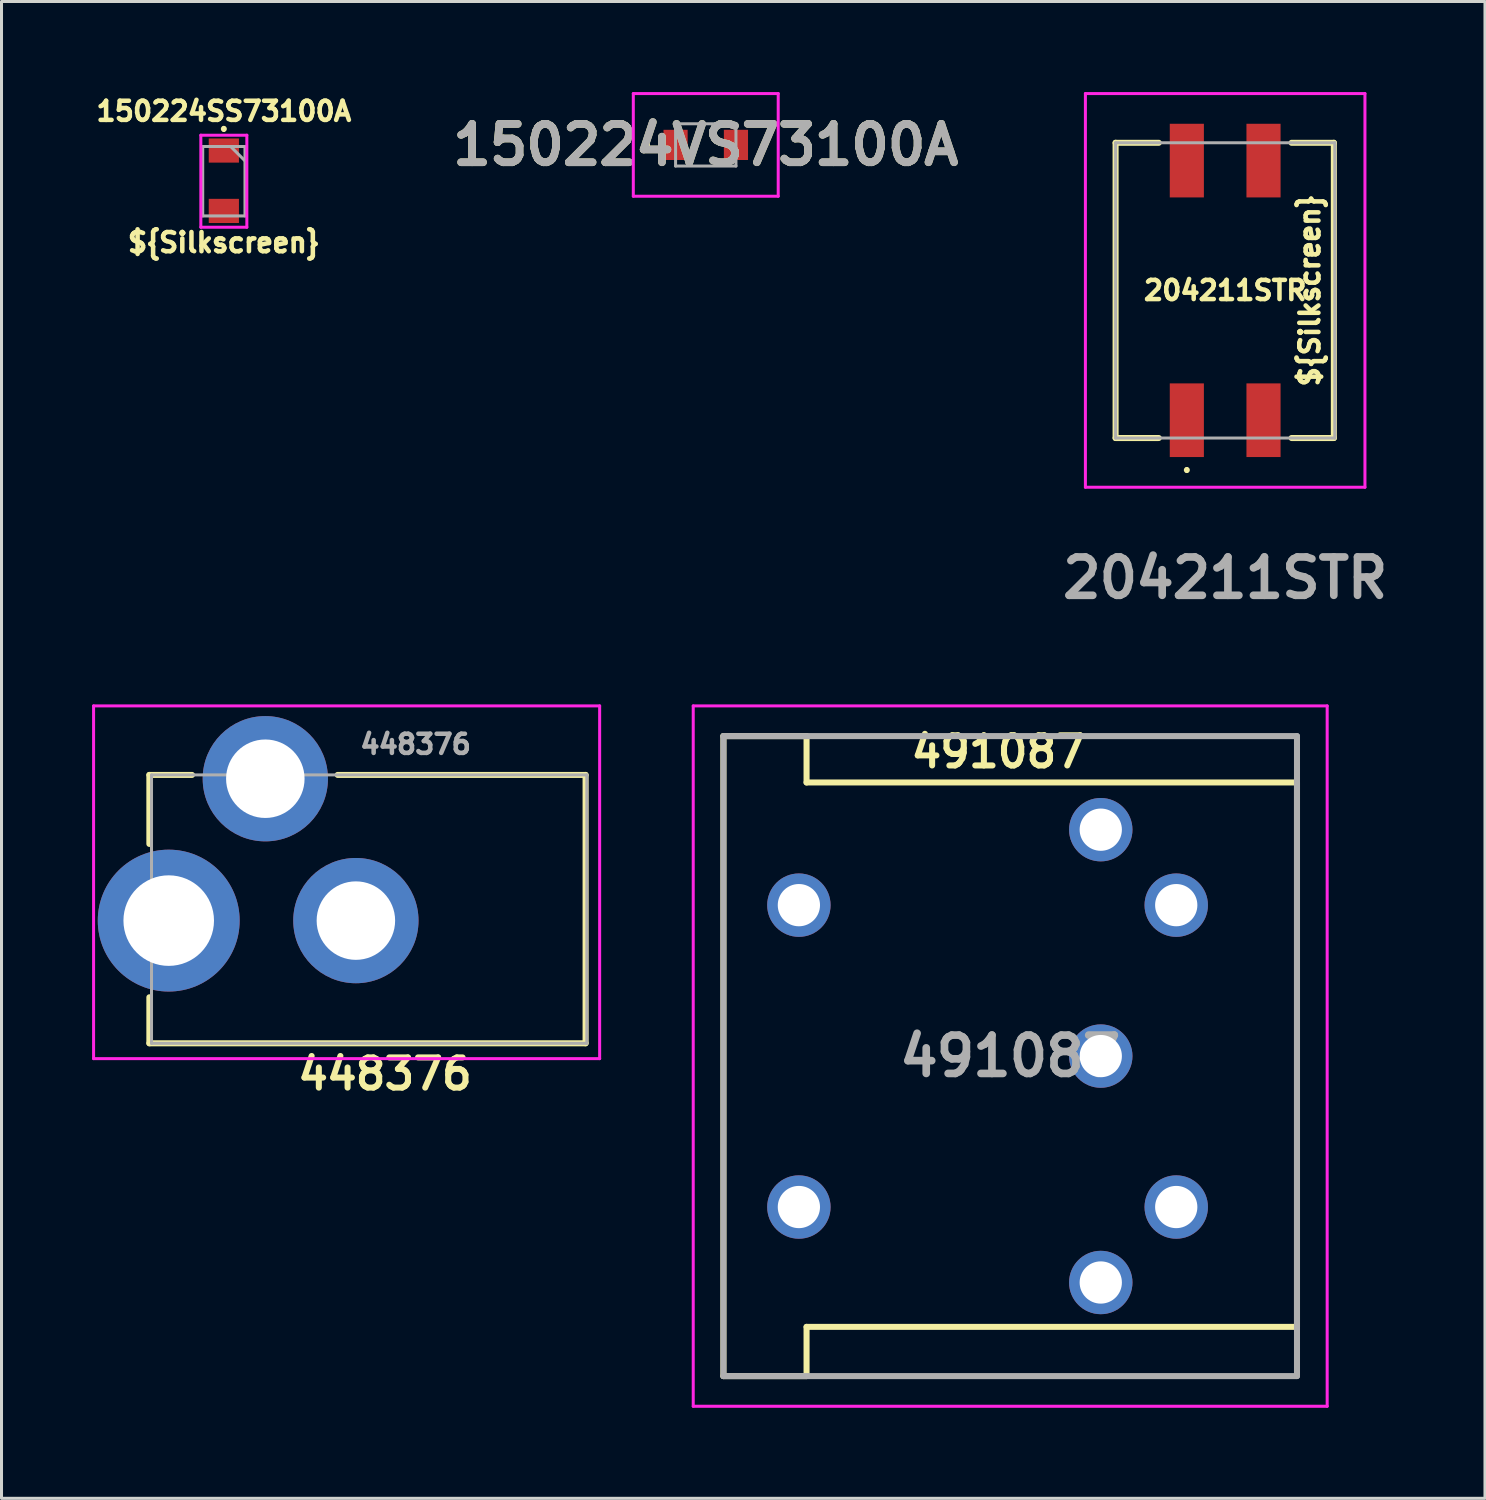
<source format=kicad_pcb>
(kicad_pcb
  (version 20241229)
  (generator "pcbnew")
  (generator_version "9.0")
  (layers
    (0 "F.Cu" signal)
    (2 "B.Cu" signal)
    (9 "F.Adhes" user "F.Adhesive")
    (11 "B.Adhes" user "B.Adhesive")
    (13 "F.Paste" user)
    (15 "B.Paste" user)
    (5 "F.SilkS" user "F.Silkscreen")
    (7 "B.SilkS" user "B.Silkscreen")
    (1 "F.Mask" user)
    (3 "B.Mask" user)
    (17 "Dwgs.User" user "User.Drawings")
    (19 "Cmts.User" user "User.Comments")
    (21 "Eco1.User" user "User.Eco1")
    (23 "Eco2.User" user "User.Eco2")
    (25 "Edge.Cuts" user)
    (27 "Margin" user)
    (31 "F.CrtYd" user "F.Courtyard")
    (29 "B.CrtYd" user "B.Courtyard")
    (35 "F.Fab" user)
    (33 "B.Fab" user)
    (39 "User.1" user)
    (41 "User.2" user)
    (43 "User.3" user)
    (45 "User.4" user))
  (footprint "491087"
    (layer "F.Cu")
    (at 23.414 26.934)
    (property "Reference" "491087" (at 6.604 -5.08 0) (layer "F.SilkS") (effects (font (size 1 1) (thickness 0.2))))
    (attr through_hole)
    (fp_line (start -2.5 -5.6) (end -2.5 15.6) (stroke (width 0.2) (type solid)) (layer "F.SilkS"))
    (fp_line (start -2.5 15.6) (end 0.254 15.6) (stroke (width 0.2) (type solid)) (layer "F.SilkS"))
    (fp_line (start 0.254 -5.6) (end -2.5 -5.6) (stroke (width 0.2) (type solid)) (layer "F.SilkS"))
    (fp_line (start 0.254 -5.6) (end 0.254 -4.064) (stroke (width 0.2) (type solid)) (layer "F.SilkS"))
    (fp_line (start 0.254 13.97) (end 0.254 15.6) (stroke (width 0.2) (type solid)) (layer "F.SilkS"))
    (fp_line (start 0.254 13.97) (end 16.5 13.97) (stroke (width 0.2) (type solid)) (layer "F.SilkS"))
    (fp_line (start 16.5 -4.064) (end 0.254 -4.064) (stroke (width 0.2) (type solid)) (layer "F.SilkS"))
    (fp_line (start 16.5 13.97) (end 16.5 -4.064) (stroke (width 0.2) (type solid)) (layer "F.SilkS"))
    (fp_line (start -3.5 -6.6) (end -3.5 16.6) (stroke (width 0.1) (type solid)) (layer "F.CrtYd"))
    (fp_line (start -3.5 16.6) (end 17.5 16.6) (stroke (width 0.1) (type solid)) (layer "F.CrtYd"))
    (fp_line (start 17.5 -6.6) (end -3.5 -6.6) (stroke (width 0.1) (type solid)) (layer "F.CrtYd"))
    (fp_line (start 17.5 16.6) (end 17.5 -6.6) (stroke (width 0.1) (type solid)) (layer "F.CrtYd"))
    (fp_line (start -2.5 -5.6) (end -2.5 15.6) (stroke (width 0.2) (type solid)) (layer "F.Fab"))
    (fp_line (start -2.5 15.6) (end 16.5 15.6) (stroke (width 0.2) (type solid)) (layer "F.Fab"))
    (fp_line (start 16.5 -5.6) (end -2.5 -5.6) (stroke (width 0.2) (type solid)) (layer "F.Fab"))
    (fp_line (start 16.5 15.6) (end 16.5 -5.6) (stroke (width 0.2) (type solid)) (layer "F.Fab"))
    (fp_text user "${REFERENCE}" (at 7 5 0) (layer "F.Fab") (effects (font (size 1.27 1.27) (thickness 0.254))))
    (pad "1" thru_hole circle (at 10 12.5) (size 2.1 2.1) (drill 1.4) (layers "*.Cu" "*.Mask"))
    (pad "2" thru_hole circle (at 10 5) (size 2.1 2.1) (drill 1.4) (layers "*.Cu" "*.Mask"))
    (pad "3" thru_hole circle (at 10 -2.5) (size 2.1 2.1) (drill 1.4) (layers "*.Cu" "*.Mask"))
    (pad "4" thru_hole circle (at 12.5 10) (size 2.1 2.1) (drill 1.4) (layers "*.Cu" "*.Mask"))
    (pad "5" thru_hole circle (at 12.5 0) (size 2.1 2.1) (drill 1.4) (layers "*.Cu" "*.Mask"))
    (pad "6" thru_hole circle (at 0 10) (size 2.1 2.1) (drill 1.4) (layers "*.Cu" "*.Mask"))
    (pad "7" thru_hole circle (at 0 0) (size 2.1 2.1) (drill 1.4) (layers "*.Cu" "*.Mask")))
  (footprint "448376"
    (layer "F.Cu")
    (at 13.766 27.446)
    (property "Reference" "448376" (at -4.064 5.08 0) (layer "F.SilkS") (effects (font (size 1 1) (thickness 0.2))))
    (attr through_hole)
    (fp_line (start -11.868 -4.826) (end -11.868 -2.54) (stroke (width 0.2) (type solid)) (layer "F.SilkS"))
    (fp_line (start -11.868 2.54) (end -11.868 4.064) (stroke (width 0.2) (type solid)) (layer "F.SilkS"))
    (fp_line (start -10.456 -4.826) (end -11.868 -4.826) (stroke (width 0.2) (type solid)) (layer "F.SilkS"))
    (fp_line (start -5.63 -4.826) (end 2.582 -4.826) (stroke (width 0.2) (type solid)) (layer "F.SilkS"))
    (fp_line (start 2.582 -4.826) (end 2.582 4.064) (stroke (width 0.2) (type solid)) (layer "F.SilkS"))
    (fp_line (start 2.582 4.064) (end -11.868 4.064) (stroke (width 0.2) (type solid)) (layer "F.SilkS"))
    (fp_line (start -13.716 -7.112) (end -13.716 4.572) (stroke (width 0.1) (type solid)) (layer "F.CrtYd"))
    (fp_line (start -13.716 4.572) (end 3.048 4.572) (stroke (width 0.1) (type solid)) (layer "F.CrtYd"))
    (fp_line (start 3.048 -7.112) (end -13.716 -7.112) (stroke (width 0.1) (type solid)) (layer "F.CrtYd"))
    (fp_line (start 3.048 4.572) (end 3.048 -7.112) (stroke (width 0.1) (type solid)) (layer "F.CrtYd"))
    (fp_line (start -11.797 -4.826) (end -11.797 4.064) (stroke (width 0.1) (type solid)) (layer "F.Fab"))
    (fp_line (start -11.797 4.064) (end 2.623 4.064) (stroke (width 0.1) (type solid)) (layer "F.Fab"))
    (fp_line (start 2.623 -4.826) (end -11.797 -4.826) (stroke (width 0.1) (type solid)) (layer "F.Fab"))
    (fp_line (start 2.623 4.064) (end 2.623 -4.826) (stroke (width 0.1) (type solid)) (layer "F.Fab"))
    (fp_text user "${REFERENCE}" (at -3.048 -5.842 0) (layer "F.Fab") (effects (font (size 0.635 0.635) (thickness 0.15))))
    (pad "A1" thru_hole circle (at -11.227 0) (size 4.7 4.7) (drill 3) (layers "*.Cu" "*.Mask"))
    (pad "B1" thru_hole circle (at -8.027 -4.7) (size 4.15 4.15) (drill 2.6) (layers "*.Cu" "*.Mask"))
    (pad "C1" thru_hole circle (at -5.027 0) (size 4.15 4.15) (drill 2.6) (layers "*.Cu" "*.Mask")))
  (footprint "150224SS73100A"
    (layer "F.Cu")
    (at 4.365 1.937)
    (property "Reference" "150224SS73100A" (at 0 -1.302 0) (layer "F.SilkS") (effects (font (size 0.635 0.635) (thickness 0.15))))
    (property "Silkscreen" "${Silkscreen}" (at 0 3.048 0) (unlocked yes) (layer "F.SilkS") (effects (font (size 0.635 0.635) (thickness 0.15))))
    (attr smd)
    (fp_line (start 0 -0.767) (end 0 -0.767) (stroke (width 0.1) (type solid)) (layer "F.SilkS"))
    (fp_line (start 0 -0.667) (end 0 -0.667) (stroke (width 0.1) (type solid)) (layer "F.SilkS"))
    (fp_arc (start 0 -0.767) (mid 0.05 -0.717) (end 0 -0.667) (stroke (width 0.1) (type solid)) (layer "F.SilkS"))
    (fp_arc (start 0 -0.667) (mid -0.05 -0.717) (end 0 -0.767) (stroke (width 0.1) (type solid)) (layer "F.SilkS"))
    (fp_line (start -0.762 -0.508) (end 0.762 -0.508) (stroke (width 0.1) (type solid)) (layer "F.CrtYd"))
    (fp_line (start -0.762 2.54) (end -0.762 -0.508) (stroke (width 0.1) (type solid)) (layer "F.CrtYd"))
    (fp_line (start 0.762 -0.508) (end 0.762 2.54) (stroke (width 0.1) (type solid)) (layer "F.CrtYd"))
    (fp_line (start 0.762 2.54) (end -0.762 2.54) (stroke (width 0.1) (type solid)) (layer "F.CrtYd"))
    (fp_line (start -0.7 -0.134) (end 0.7 -0.134) (stroke (width 0.1) (type solid)) (layer "F.Fab"))
    (fp_line (start -0.7 2.166) (end -0.7 -0.134) (stroke (width 0.1) (type solid)) (layer "F.Fab"))
    (fp_line (start 0.225 -0.134) (end 0.7 0.341) (stroke (width 0.1) (type solid)) (layer "F.Fab"))
    (fp_line (start 0.7 -0.134) (end 0.7 2.166) (stroke (width 0.1) (type solid)) (layer "F.Fab"))
    (fp_line (start 0.7 2.166) (end -0.7 2.166) (stroke (width 0.1) (type solid)) (layer "F.Fab"))
    (pad "1" smd rect (at 0 0 270) (size 0.8 1) (layers "F.Cu" "F.Mask" "F.Paste"))
    (pad "2" smd rect (at 0 2 270) (size 0.8 1) (layers "F.Cu" "F.Mask" "F.Paste")))
  (footprint "150224VS73100A"
    (layer "F.Cu")
    (at 20.329 1.75)
    (property "Reference" "150224VS73100A" (at 0 0 0) (layer "F.SilkS") (effects (font (size 1.27 1.27) (thickness 0.254))))
    (attr smd)
    (fp_line (start -2 0) (end -2 0) (stroke (width 0.1) (type solid)) (layer "F.SilkS"))
    (fp_line (start -1.9 0) (end -1.9 0) (stroke (width 0.1) (type solid)) (layer "F.SilkS"))
    (fp_arc (start -2 0) (mid -1.95 -0.05) (end -1.9 0) (stroke (width 0.1) (type solid)) (layer "F.SilkS"))
    (fp_arc (start -1.9 0) (mid -1.95 0.05) (end -2 0) (stroke (width 0.1) (type solid)) (layer "F.SilkS"))
    (fp_line (start -2.4 -1.7) (end 2.4 -1.7) (stroke (width 0.1) (type solid)) (layer "F.CrtYd"))
    (fp_line (start -2.4 1.7) (end -2.4 -1.7) (stroke (width 0.1) (type solid)) (layer "F.CrtYd"))
    (fp_line (start 2.4 -1.7) (end 2.4 1.7) (stroke (width 0.1) (type solid)) (layer "F.CrtYd"))
    (fp_line (start 2.4 1.7) (end -2.4 1.7) (stroke (width 0.1) (type solid)) (layer "F.CrtYd"))
    (fp_line (start -1 -0.7) (end 1 -0.7) (stroke (width 0.1) (type solid)) (layer "F.Fab"))
    (fp_line (start -1 0.7) (end -1 -0.7) (stroke (width 0.1) (type solid)) (layer "F.Fab"))
    (fp_line (start 1 -0.7) (end 1 0.7) (stroke (width 0.1) (type solid)) (layer "F.Fab"))
    (fp_line (start 1 0.7) (end -1 0.7) (stroke (width 0.1) (type solid)) (layer "F.Fab"))
    (fp_text user "${REFERENCE}" (at 0 0 0) (layer "F.Fab") (effects (font (size 1.27 1.27) (thickness 0.254))))
    (pad "1" smd rect (at -1 0) (size 0.8 1) (layers "F.Cu" "F.Mask" "F.Paste"))
    (pad "2" smd rect (at 1 0) (size 0.8 1) (layers "F.Cu" "F.Mask" "F.Paste")))
  (footprint "204211STR"
    (layer "F.Cu")
    (at 37.535 6.57)
    (property "Reference" "204211STR" (at 0 0 0) (layer "F.SilkS") (effects (font (size 0.635 0.635) (thickness 0.15) (bold yes))))
    (attr smd)
    (fp_line (start -3.63 -4.89) (end -2.2 -4.89) (stroke (width 0.2) (type solid)) (layer "F.SilkS"))
    (fp_line (start -3.63 4.89) (end -3.63 -4.89) (stroke (width 0.2) (type solid)) (layer "F.SilkS"))
    (fp_line (start -2.2 4.89) (end -3.63 4.89) (stroke (width 0.2) (type solid)) (layer "F.SilkS"))
    (fp_line (start -1.27 5.9) (end -1.27 5.9) (stroke (width 0.1) (type solid)) (layer "F.SilkS"))
    (fp_line (start -1.27 6) (end -1.27 6) (stroke (width 0.1) (type solid)) (layer "F.SilkS"))
    (fp_line (start 2.2 -4.89) (end 3.6 -4.89) (stroke (width 0.2) (type solid)) (layer "F.SilkS"))
    (fp_line (start 3.6 -4.89) (end 3.6 4.89) (stroke (width 0.2) (type solid)) (layer "F.SilkS"))
    (fp_line (start 3.6 4.89) (end 2.2 4.89) (stroke (width 0.2) (type solid)) (layer "F.SilkS"))
    (fp_arc (start -1.27 5.9) (mid -1.22 5.95) (end -1.27 6) (stroke (width 0.1) (type solid)) (layer "F.SilkS"))
    (fp_arc (start -1.27 6) (mid -1.32 5.95) (end -1.27 5.9) (stroke (width 0.1) (type solid)) (layer "F.SilkS"))
    (fp_line (start -4.63 -6.52) (end 4.63 -6.52) (stroke (width 0.1) (type solid)) (layer "F.CrtYd"))
    (fp_line (start -4.63 6.52) (end -4.63 -6.52) (stroke (width 0.1) (type solid)) (layer "F.CrtYd"))
    (fp_line (start 4.63 -6.52) (end 4.63 6.52) (stroke (width 0.1) (type solid)) (layer "F.CrtYd"))
    (fp_line (start 4.63 6.52) (end -4.63 6.52) (stroke (width 0.1) (type solid)) (layer "F.CrtYd"))
    (fp_line (start -3.63 -4.89) (end 3.63 -4.89) (stroke (width 0.1) (type solid)) (layer "F.Fab"))
    (fp_line (start -3.63 4.89) (end -3.63 -4.89) (stroke (width 0.1) (type solid)) (layer "F.Fab"))
    (fp_line (start 3.63 -4.89) (end 3.63 4.89) (stroke (width 0.1) (type solid)) (layer "F.Fab"))
    (fp_line (start 3.63 4.89) (end -3.63 4.89) (stroke (width 0.1) (type solid)) (layer "F.Fab"))
    (fp_text user "${Silkscreen}" (at 3.175 0 90) (unlocked yes) (layer "F.SilkS") (effects (font (size 0.635 0.635) (thickness 0.15)) (justify bottom)))
    (fp_text user "${REFERENCE}" (at 0 9.525 0) (layer "F.Fab") (effects (font (size 1.27 1.27) (thickness 0.254))))
    (pad "C1" smd rect (at -1.27 4.3) (size 1.13 2.44) (layers "F.Cu" "F.Mask" "F.Paste"))
    (pad "C2" smd rect (at 1.27 4.3) (size 1.13 2.44) (layers "F.Cu" "F.Mask" "F.Paste"))
    (pad "N1" smd rect (at -1.27 -4.3) (size 1.13 2.44) (layers "F.Cu" "F.Mask" "F.Paste"))
    (pad "N2" smd rect (at 1.27 -4.3) (size 1.13 2.44) (layers "F.Cu" "F.Mask" "F.Paste")))
  (gr_rect
    (start -3 -3)
    (end 46.141 46.584)
    (stroke (width 0.1) (type default))
    (fill no)
    (layer "Edge.Cuts")))
</source>
